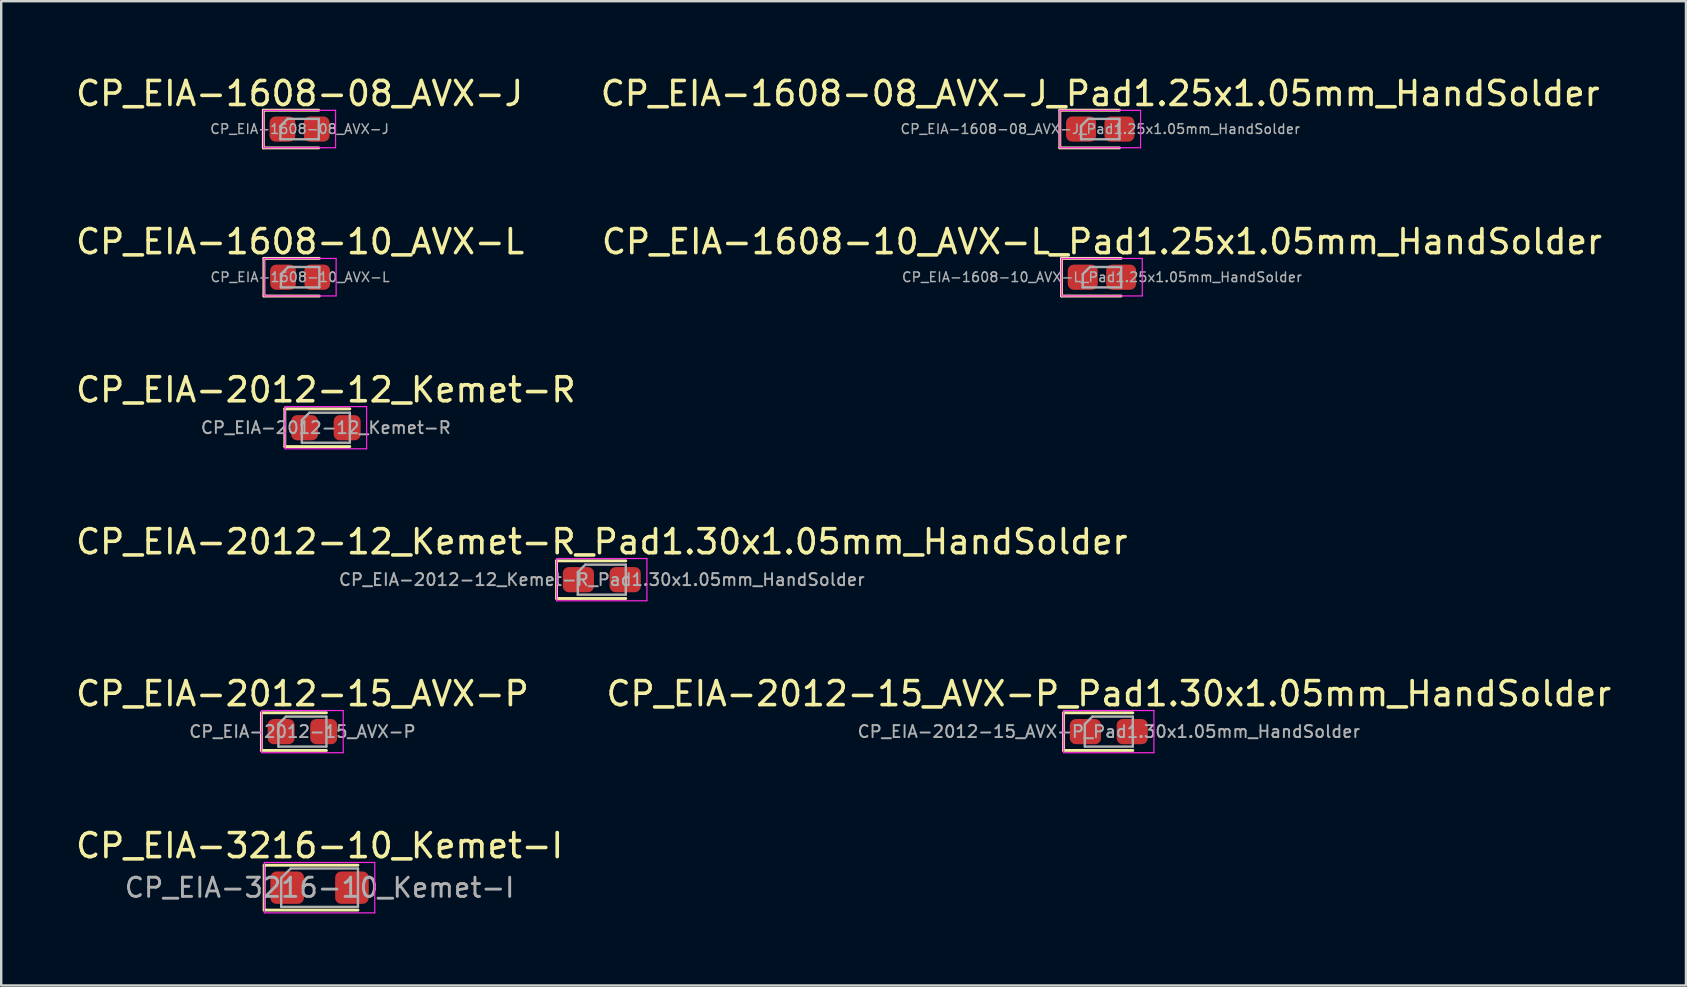
<source format=kicad_pcb>
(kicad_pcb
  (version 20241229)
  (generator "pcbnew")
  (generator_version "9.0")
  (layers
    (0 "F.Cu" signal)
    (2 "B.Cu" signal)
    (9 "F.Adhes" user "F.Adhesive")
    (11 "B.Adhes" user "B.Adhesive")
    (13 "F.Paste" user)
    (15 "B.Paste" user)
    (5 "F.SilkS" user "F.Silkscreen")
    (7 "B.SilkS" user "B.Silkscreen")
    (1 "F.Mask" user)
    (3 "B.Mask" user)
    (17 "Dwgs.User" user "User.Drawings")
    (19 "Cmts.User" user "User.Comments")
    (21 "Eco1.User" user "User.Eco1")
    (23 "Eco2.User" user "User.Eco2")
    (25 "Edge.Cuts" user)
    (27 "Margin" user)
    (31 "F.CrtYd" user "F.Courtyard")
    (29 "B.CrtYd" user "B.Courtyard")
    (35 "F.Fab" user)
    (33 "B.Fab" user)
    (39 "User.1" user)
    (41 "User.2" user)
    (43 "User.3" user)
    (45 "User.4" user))
  (footprint "CP_EIA-2012-12_Kemet-R"
    (layer "F.Cu")
    (at 10.53 14.775)
    (property "Reference" "CP_EIA-2012-12_Kemet-R" (at 0 -1.58 0) (layer "F.SilkS") (effects (font (size 1 1) (thickness 0.15))))
    (attr smd)
    (fp_line (start -1.71 -0.785) (end -1.71 0.785) (stroke (width 0.12) (type solid)) (layer "F.SilkS"))
    (fp_line (start -1.71 0.785) (end 1 0.785) (stroke (width 0.12) (type solid)) (layer "F.SilkS"))
    (fp_line (start 1 -0.785) (end -1.71 -0.785) (stroke (width 0.12) (type solid)) (layer "F.SilkS"))
    (fp_line (start -1.7 -0.88) (end 1.7 -0.88) (stroke (width 0.05) (type solid)) (layer "F.CrtYd"))
    (fp_line (start -1.7 0.88) (end -1.7 -0.88) (stroke (width 0.05) (type solid)) (layer "F.CrtYd"))
    (fp_line (start 1.7 -0.88) (end 1.7 0.88) (stroke (width 0.05) (type solid)) (layer "F.CrtYd"))
    (fp_line (start 1.7 0.88) (end -1.7 0.88) (stroke (width 0.05) (type solid)) (layer "F.CrtYd"))
    (fp_line (start -1 -0.312) (end -1 0.625) (stroke (width 0.1) (type solid)) (layer "F.Fab"))
    (fp_line (start -1 0.625) (end 1 0.625) (stroke (width 0.1) (type solid)) (layer "F.Fab"))
    (fp_line (start -0.688 -0.625) (end -1 -0.312) (stroke (width 0.1) (type solid)) (layer "F.Fab"))
    (fp_line (start 1 -0.625) (end -0.688 -0.625) (stroke (width 0.1) (type solid)) (layer "F.Fab"))
    (fp_line (start 1 0.625) (end 1 -0.625) (stroke (width 0.1) (type solid)) (layer "F.Fab"))
    (fp_text user "${REFERENCE}" (at 0 0 0) (layer "F.Fab") (effects (font (size 0.5 0.5) (thickness 0.08))))
    (pad "1" smd roundrect (at -0.887 0) (size 1.125 1.05) (layers "F.Cu" "F.Mask" "F.Paste") (roundrect_rratio 0.238))
    (pad "2" smd roundrect (at 0.887 0) (size 1.125 1.05) (layers "F.Cu" "F.Mask" "F.Paste") (roundrect_rratio 0.238)))
  (footprint "CP_EIA-1608-10_AVX-L"
    (layer "F.Cu")
    (at 9.458 8.502)
    (property "Reference" "CP_EIA-1608-10_AVX-L" (at 0 -1.48 0) (layer "F.SilkS") (effects (font (size 1 1) (thickness 0.15))))
    (attr smd)
    (fp_line (start -1.51 -0.785) (end -1.51 0.785) (stroke (width 0.12) (type solid)) (layer "F.SilkS"))
    (fp_line (start -1.51 0.785) (end 0.8 0.785) (stroke (width 0.12) (type solid)) (layer "F.SilkS"))
    (fp_line (start 0.8 -0.785) (end -1.51 -0.785) (stroke (width 0.12) (type solid)) (layer "F.SilkS"))
    (fp_line (start -1.5 -0.78) (end 1.5 -0.78) (stroke (width 0.05) (type solid)) (layer "F.CrtYd"))
    (fp_line (start -1.5 0.78) (end -1.5 -0.78) (stroke (width 0.05) (type solid)) (layer "F.CrtYd"))
    (fp_line (start 1.5 -0.78) (end 1.5 0.78) (stroke (width 0.05) (type solid)) (layer "F.CrtYd"))
    (fp_line (start 1.5 0.78) (end -1.5 0.78) (stroke (width 0.05) (type solid)) (layer "F.CrtYd"))
    (fp_line (start -0.8 -0.125) (end -0.8 0.425) (stroke (width 0.1) (type solid)) (layer "F.Fab"))
    (fp_line (start -0.8 0.425) (end 0.8 0.425) (stroke (width 0.1) (type solid)) (layer "F.Fab"))
    (fp_line (start -0.5 -0.425) (end -0.8 -0.125) (stroke (width 0.1) (type solid)) (layer "F.Fab"))
    (fp_line (start 0.8 -0.425) (end -0.5 -0.425) (stroke (width 0.1) (type solid)) (layer "F.Fab"))
    (fp_line (start 0.8 0.425) (end 0.8 -0.425) (stroke (width 0.1) (type solid)) (layer "F.Fab"))
    (fp_text user "${REFERENCE}" (at 0 0 0) (layer "F.Fab") (effects (font (size 0.4 0.4) (thickness 0.06))))
    (pad "1" smd roundrect (at -0.713 0) (size 1.075 1.05) (layers "F.Cu" "F.Mask" "F.Paste") (roundrect_rratio 0.238))
    (pad "2" smd roundrect (at 0.713 0) (size 1.075 1.05) (layers "F.Cu" "F.Mask" "F.Paste") (roundrect_rratio 0.238)))
  (footprint "CP_EIA-1608-08_AVX-J_Pad1.25x1.05mm_HandSolder"
    (layer "F.Cu")
    (at 42.804 2.328)
    (property "Reference" "CP_EIA-1608-08_AVX-J_Pad1.25x1.05mm_HandSolder" (at 0 -1.48 0) (layer "F.SilkS") (effects (font (size 1 1) (thickness 0.15))))
    (attr smd)
    (fp_line (start -1.685 -0.785) (end -1.685 0.785) (stroke (width 0.12) (type solid)) (layer "F.SilkS"))
    (fp_line (start -1.685 0.785) (end 0.8 0.785) (stroke (width 0.12) (type solid)) (layer "F.SilkS"))
    (fp_line (start 0.8 -0.785) (end -1.685 -0.785) (stroke (width 0.12) (type solid)) (layer "F.SilkS"))
    (fp_line (start -1.68 -0.78) (end 1.68 -0.78) (stroke (width 0.05) (type solid)) (layer "F.CrtYd"))
    (fp_line (start -1.68 0.78) (end -1.68 -0.78) (stroke (width 0.05) (type solid)) (layer "F.CrtYd"))
    (fp_line (start 1.68 -0.78) (end 1.68 0.78) (stroke (width 0.05) (type solid)) (layer "F.CrtYd"))
    (fp_line (start 1.68 0.78) (end -1.68 0.78) (stroke (width 0.05) (type solid)) (layer "F.CrtYd"))
    (fp_line (start -0.8 -0.125) (end -0.8 0.425) (stroke (width 0.1) (type solid)) (layer "F.Fab"))
    (fp_line (start -0.8 0.425) (end 0.8 0.425) (stroke (width 0.1) (type solid)) (layer "F.Fab"))
    (fp_line (start -0.5 -0.425) (end -0.8 -0.125) (stroke (width 0.1) (type solid)) (layer "F.Fab"))
    (fp_line (start 0.8 -0.425) (end -0.5 -0.425) (stroke (width 0.1) (type solid)) (layer "F.Fab"))
    (fp_line (start 0.8 0.425) (end 0.8 -0.425) (stroke (width 0.1) (type solid)) (layer "F.Fab"))
    (fp_text user "${REFERENCE}" (at 0 0 0) (layer "F.Fab") (effects (font (size 0.4 0.4) (thickness 0.06))))
    (pad "1" smd roundrect (at -0.8 0) (size 1.25 1.05) (layers "F.Cu" "F.Mask" "F.Paste") (roundrect_rratio 0.238))
    (pad "2" smd roundrect (at 0.8 0) (size 1.25 1.05) (layers "F.Cu" "F.Mask" "F.Paste") (roundrect_rratio 0.238)))
  (footprint "CP_EIA-2012-15_AVX-P"
    (layer "F.Cu")
    (at 9.554 27.441)
    (property "Reference" "CP_EIA-2012-15_AVX-P" (at 0 -1.58 0) (layer "F.SilkS") (effects (font (size 1 1) (thickness 0.15))))
    (attr smd)
    (fp_line (start -1.71 -0.785) (end -1.71 0.785) (stroke (width 0.12) (type solid)) (layer "F.SilkS"))
    (fp_line (start -1.71 0.785) (end 1 0.785) (stroke (width 0.12) (type solid)) (layer "F.SilkS"))
    (fp_line (start 1 -0.785) (end -1.71 -0.785) (stroke (width 0.12) (type solid)) (layer "F.SilkS"))
    (fp_line (start -1.7 -0.88) (end 1.7 -0.88) (stroke (width 0.05) (type solid)) (layer "F.CrtYd"))
    (fp_line (start -1.7 0.88) (end -1.7 -0.88) (stroke (width 0.05) (type solid)) (layer "F.CrtYd"))
    (fp_line (start 1.7 -0.88) (end 1.7 0.88) (stroke (width 0.05) (type solid)) (layer "F.CrtYd"))
    (fp_line (start 1.7 0.88) (end -1.7 0.88) (stroke (width 0.05) (type solid)) (layer "F.CrtYd"))
    (fp_line (start -1 -0.312) (end -1 0.625) (stroke (width 0.1) (type solid)) (layer "F.Fab"))
    (fp_line (start -1 0.625) (end 1 0.625) (stroke (width 0.1) (type solid)) (layer "F.Fab"))
    (fp_line (start -0.688 -0.625) (end -1 -0.312) (stroke (width 0.1) (type solid)) (layer "F.Fab"))
    (fp_line (start 1 -0.625) (end -0.688 -0.625) (stroke (width 0.1) (type solid)) (layer "F.Fab"))
    (fp_line (start 1 0.625) (end 1 -0.625) (stroke (width 0.1) (type solid)) (layer "F.Fab"))
    (fp_text user "${REFERENCE}" (at 0 0 0) (layer "F.Fab") (effects (font (size 0.5 0.5) (thickness 0.08))))
    (pad "1" smd roundrect (at -0.887 0) (size 1.125 1.05) (layers "F.Cu" "F.Mask" "F.Paste") (roundrect_rratio 0.238))
    (pad "2" smd roundrect (at 0.887 0) (size 1.125 1.05) (layers "F.Cu" "F.Mask" "F.Paste") (roundrect_rratio 0.238)))
  (footprint "CP_EIA-2012-15_AVX-P_Pad1.30x1.05mm_HandSolder"
    (layer "F.Cu")
    (at 43.161 27.441)
    (property "Reference" "CP_EIA-2012-15_AVX-P_Pad1.30x1.05mm_HandSolder" (at 0 -1.58 0) (layer "F.SilkS") (effects (font (size 1 1) (thickness 0.15))))
    (attr smd)
    (fp_line (start -1.885 -0.785) (end -1.885 0.785) (stroke (width 0.12) (type solid)) (layer "F.SilkS"))
    (fp_line (start -1.885 0.785) (end 1 0.785) (stroke (width 0.12) (type solid)) (layer "F.SilkS"))
    (fp_line (start 1 -0.785) (end -1.885 -0.785) (stroke (width 0.12) (type solid)) (layer "F.SilkS"))
    (fp_line (start -1.88 -0.88) (end 1.88 -0.88) (stroke (width 0.05) (type solid)) (layer "F.CrtYd"))
    (fp_line (start -1.88 0.88) (end -1.88 -0.88) (stroke (width 0.05) (type solid)) (layer "F.CrtYd"))
    (fp_line (start 1.88 -0.88) (end 1.88 0.88) (stroke (width 0.05) (type solid)) (layer "F.CrtYd"))
    (fp_line (start 1.88 0.88) (end -1.88 0.88) (stroke (width 0.05) (type solid)) (layer "F.CrtYd"))
    (fp_line (start -1 -0.312) (end -1 0.625) (stroke (width 0.1) (type solid)) (layer "F.Fab"))
    (fp_line (start -1 0.625) (end 1 0.625) (stroke (width 0.1) (type solid)) (layer "F.Fab"))
    (fp_line (start -0.688 -0.625) (end -1 -0.312) (stroke (width 0.1) (type solid)) (layer "F.Fab"))
    (fp_line (start 1 -0.625) (end -0.688 -0.625) (stroke (width 0.1) (type solid)) (layer "F.Fab"))
    (fp_line (start 1 0.625) (end 1 -0.625) (stroke (width 0.1) (type solid)) (layer "F.Fab"))
    (fp_text user "${REFERENCE}" (at 0 0 0) (layer "F.Fab") (effects (font (size 0.5 0.5) (thickness 0.08))))
    (pad "1" smd roundrect (at -0.975 0) (size 1.3 1.05) (layers "F.Cu" "F.Mask" "F.Paste") (roundrect_rratio 0.238))
    (pad "2" smd roundrect (at 0.975 0) (size 1.3 1.05) (layers "F.Cu" "F.Mask" "F.Paste") (roundrect_rratio 0.238)))
  (footprint "CP_EIA-3216-10_Kemet-I"
    (layer "F.Cu")
    (at 10.268 33.944)
    (property "Reference" "CP_EIA-3216-10_Kemet-I" (at 0 -1.75 0) (layer "F.SilkS") (effects (font (size 1 1) (thickness 0.15))))
    (attr smd)
    (fp_line (start -2.31 -0.935) (end -2.31 0.935) (stroke (width 0.12) (type solid)) (layer "F.SilkS"))
    (fp_line (start -2.31 0.935) (end 1.6 0.935) (stroke (width 0.12) (type solid)) (layer "F.SilkS"))
    (fp_line (start 1.6 -0.935) (end -2.31 -0.935) (stroke (width 0.12) (type solid)) (layer "F.SilkS"))
    (fp_line (start -2.3 -1.05) (end 2.3 -1.05) (stroke (width 0.05) (type solid)) (layer "F.CrtYd"))
    (fp_line (start -2.3 1.05) (end -2.3 -1.05) (stroke (width 0.05) (type solid)) (layer "F.CrtYd"))
    (fp_line (start 2.3 -1.05) (end 2.3 1.05) (stroke (width 0.05) (type solid)) (layer "F.CrtYd"))
    (fp_line (start 2.3 1.05) (end -2.3 1.05) (stroke (width 0.05) (type solid)) (layer "F.CrtYd"))
    (fp_line (start -1.6 -0.4) (end -1.6 0.8) (stroke (width 0.1) (type solid)) (layer "F.Fab"))
    (fp_line (start -1.6 0.8) (end 1.6 0.8) (stroke (width 0.1) (type solid)) (layer "F.Fab"))
    (fp_line (start -1.2 -0.8) (end -1.6 -0.4) (stroke (width 0.1) (type solid)) (layer "F.Fab"))
    (fp_line (start 1.6 -0.8) (end -1.2 -0.8) (stroke (width 0.1) (type solid)) (layer "F.Fab"))
    (fp_line (start 1.6 0.8) (end 1.6 -0.8) (stroke (width 0.1) (type solid)) (layer "F.Fab"))
    (fp_text user "${REFERENCE}" (at 0 0 0) (layer "F.Fab") (effects (font (size 0.8 0.8) (thickness 0.12))))
    (pad "1" smd roundrect (at -1.35 0) (size 1.4 1.35) (layers "F.Cu" "F.Mask" "F.Paste") (roundrect_rratio 0.185))
    (pad "2" smd roundrect (at 1.35 0) (size 1.4 1.35) (layers "F.Cu" "F.Mask" "F.Paste") (roundrect_rratio 0.185)))
  (footprint "CP_EIA-1608-08_AVX-J"
    (layer "F.Cu")
    (at 9.435 2.328)
    (property "Reference" "CP_EIA-1608-08_AVX-J" (at 0 -1.48 0) (layer "F.SilkS") (effects (font (size 1 1) (thickness 0.15))))
    (attr smd)
    (fp_line (start -1.51 -0.785) (end -1.51 0.785) (stroke (width 0.12) (type solid)) (layer "F.SilkS"))
    (fp_line (start -1.51 0.785) (end 0.8 0.785) (stroke (width 0.12) (type solid)) (layer "F.SilkS"))
    (fp_line (start 0.8 -0.785) (end -1.51 -0.785) (stroke (width 0.12) (type solid)) (layer "F.SilkS"))
    (fp_line (start -1.5 -0.78) (end 1.5 -0.78) (stroke (width 0.05) (type solid)) (layer "F.CrtYd"))
    (fp_line (start -1.5 0.78) (end -1.5 -0.78) (stroke (width 0.05) (type solid)) (layer "F.CrtYd"))
    (fp_line (start 1.5 -0.78) (end 1.5 0.78) (stroke (width 0.05) (type solid)) (layer "F.CrtYd"))
    (fp_line (start 1.5 0.78) (end -1.5 0.78) (stroke (width 0.05) (type solid)) (layer "F.CrtYd"))
    (fp_line (start -0.8 -0.125) (end -0.8 0.425) (stroke (width 0.1) (type solid)) (layer "F.Fab"))
    (fp_line (start -0.8 0.425) (end 0.8 0.425) (stroke (width 0.1) (type solid)) (layer "F.Fab"))
    (fp_line (start -0.5 -0.425) (end -0.8 -0.125) (stroke (width 0.1) (type solid)) (layer "F.Fab"))
    (fp_line (start 0.8 -0.425) (end -0.5 -0.425) (stroke (width 0.1) (type solid)) (layer "F.Fab"))
    (fp_line (start 0.8 0.425) (end 0.8 -0.425) (stroke (width 0.1) (type solid)) (layer "F.Fab"))
    (fp_text user "${REFERENCE}" (at 0 0 0) (layer "F.Fab") (effects (font (size 0.4 0.4) (thickness 0.06))))
    (pad "1" smd roundrect (at -0.713 0) (size 1.075 1.05) (layers "F.Cu" "F.Mask" "F.Paste") (roundrect_rratio 0.238))
    (pad "2" smd roundrect (at 0.713 0) (size 1.075 1.05) (layers "F.Cu" "F.Mask" "F.Paste") (roundrect_rratio 0.238)))
  (footprint "CP_EIA-2012-12_Kemet-R_Pad1.30x1.05mm_HandSolder"
    (layer "F.Cu")
    (at 22.03 21.108)
    (property "Reference" "CP_EIA-2012-12_Kemet-R_Pad1.30x1.05mm_HandSolder" (at 0 -1.58 0) (layer "F.SilkS") (effects (font (size 1 1) (thickness 0.15))))
    (attr smd)
    (fp_line (start -1.885 -0.785) (end -1.885 0.785) (stroke (width 0.12) (type solid)) (layer "F.SilkS"))
    (fp_line (start -1.885 0.785) (end 1 0.785) (stroke (width 0.12) (type solid)) (layer "F.SilkS"))
    (fp_line (start 1 -0.785) (end -1.885 -0.785) (stroke (width 0.12) (type solid)) (layer "F.SilkS"))
    (fp_line (start -1.88 -0.88) (end 1.88 -0.88) (stroke (width 0.05) (type solid)) (layer "F.CrtYd"))
    (fp_line (start -1.88 0.88) (end -1.88 -0.88) (stroke (width 0.05) (type solid)) (layer "F.CrtYd"))
    (fp_line (start 1.88 -0.88) (end 1.88 0.88) (stroke (width 0.05) (type solid)) (layer "F.CrtYd"))
    (fp_line (start 1.88 0.88) (end -1.88 0.88) (stroke (width 0.05) (type solid)) (layer "F.CrtYd"))
    (fp_line (start -1 -0.312) (end -1 0.625) (stroke (width 0.1) (type solid)) (layer "F.Fab"))
    (fp_line (start -1 0.625) (end 1 0.625) (stroke (width 0.1) (type solid)) (layer "F.Fab"))
    (fp_line (start -0.688 -0.625) (end -1 -0.312) (stroke (width 0.1) (type solid)) (layer "F.Fab"))
    (fp_line (start 1 -0.625) (end -0.688 -0.625) (stroke (width 0.1) (type solid)) (layer "F.Fab"))
    (fp_line (start 1 0.625) (end 1 -0.625) (stroke (width 0.1) (type solid)) (layer "F.Fab"))
    (fp_text user "${REFERENCE}" (at 0 0 0) (layer "F.Fab") (effects (font (size 0.5 0.5) (thickness 0.08))))
    (pad "1" smd roundrect (at -0.975 0) (size 1.3 1.05) (layers "F.Cu" "F.Mask" "F.Paste") (roundrect_rratio 0.238))
    (pad "2" smd roundrect (at 0.975 0) (size 1.3 1.05) (layers "F.Cu" "F.Mask" "F.Paste") (roundrect_rratio 0.238)))
  (footprint "CP_EIA-1608-10_AVX-L_Pad1.25x1.05mm_HandSolder"
    (layer "F.Cu")
    (at 42.875 8.502)
    (property "Reference" "CP_EIA-1608-10_AVX-L_Pad1.25x1.05mm_HandSolder" (at 0 -1.48 0) (layer "F.SilkS") (effects (font (size 1 1) (thickness 0.15))))
    (attr smd)
    (fp_line (start -1.685 -0.785) (end -1.685 0.785) (stroke (width 0.12) (type solid)) (layer "F.SilkS"))
    (fp_line (start -1.685 0.785) (end 0.8 0.785) (stroke (width 0.12) (type solid)) (layer "F.SilkS"))
    (fp_line (start 0.8 -0.785) (end -1.685 -0.785) (stroke (width 0.12) (type solid)) (layer "F.SilkS"))
    (fp_line (start -1.68 -0.78) (end 1.68 -0.78) (stroke (width 0.05) (type solid)) (layer "F.CrtYd"))
    (fp_line (start -1.68 0.78) (end -1.68 -0.78) (stroke (width 0.05) (type solid)) (layer "F.CrtYd"))
    (fp_line (start 1.68 -0.78) (end 1.68 0.78) (stroke (width 0.05) (type solid)) (layer "F.CrtYd"))
    (fp_line (start 1.68 0.78) (end -1.68 0.78) (stroke (width 0.05) (type solid)) (layer "F.CrtYd"))
    (fp_line (start -0.8 -0.125) (end -0.8 0.425) (stroke (width 0.1) (type solid)) (layer "F.Fab"))
    (fp_line (start -0.8 0.425) (end 0.8 0.425) (stroke (width 0.1) (type solid)) (layer "F.Fab"))
    (fp_line (start -0.5 -0.425) (end -0.8 -0.125) (stroke (width 0.1) (type solid)) (layer "F.Fab"))
    (fp_line (start 0.8 -0.425) (end -0.5 -0.425) (stroke (width 0.1) (type solid)) (layer "F.Fab"))
    (fp_line (start 0.8 0.425) (end 0.8 -0.425) (stroke (width 0.1) (type solid)) (layer "F.Fab"))
    (fp_text user "${REFERENCE}" (at 0 0 0) (layer "F.Fab") (effects (font (size 0.4 0.4) (thickness 0.06))))
    (pad "1" smd roundrect (at -0.8 0) (size 1.25 1.05) (layers "F.Cu" "F.Mask" "F.Paste") (roundrect_rratio 0.238))
    (pad "2" smd roundrect (at 0.8 0) (size 1.25 1.05) (layers "F.Cu" "F.Mask" "F.Paste") (roundrect_rratio 0.238)))
  (gr_rect
    (start -3 -3)
    (end 67.214 38.02)
    (stroke (width 0.1) (type default))
    (fill no)
    (layer "Edge.Cuts")))
</source>
